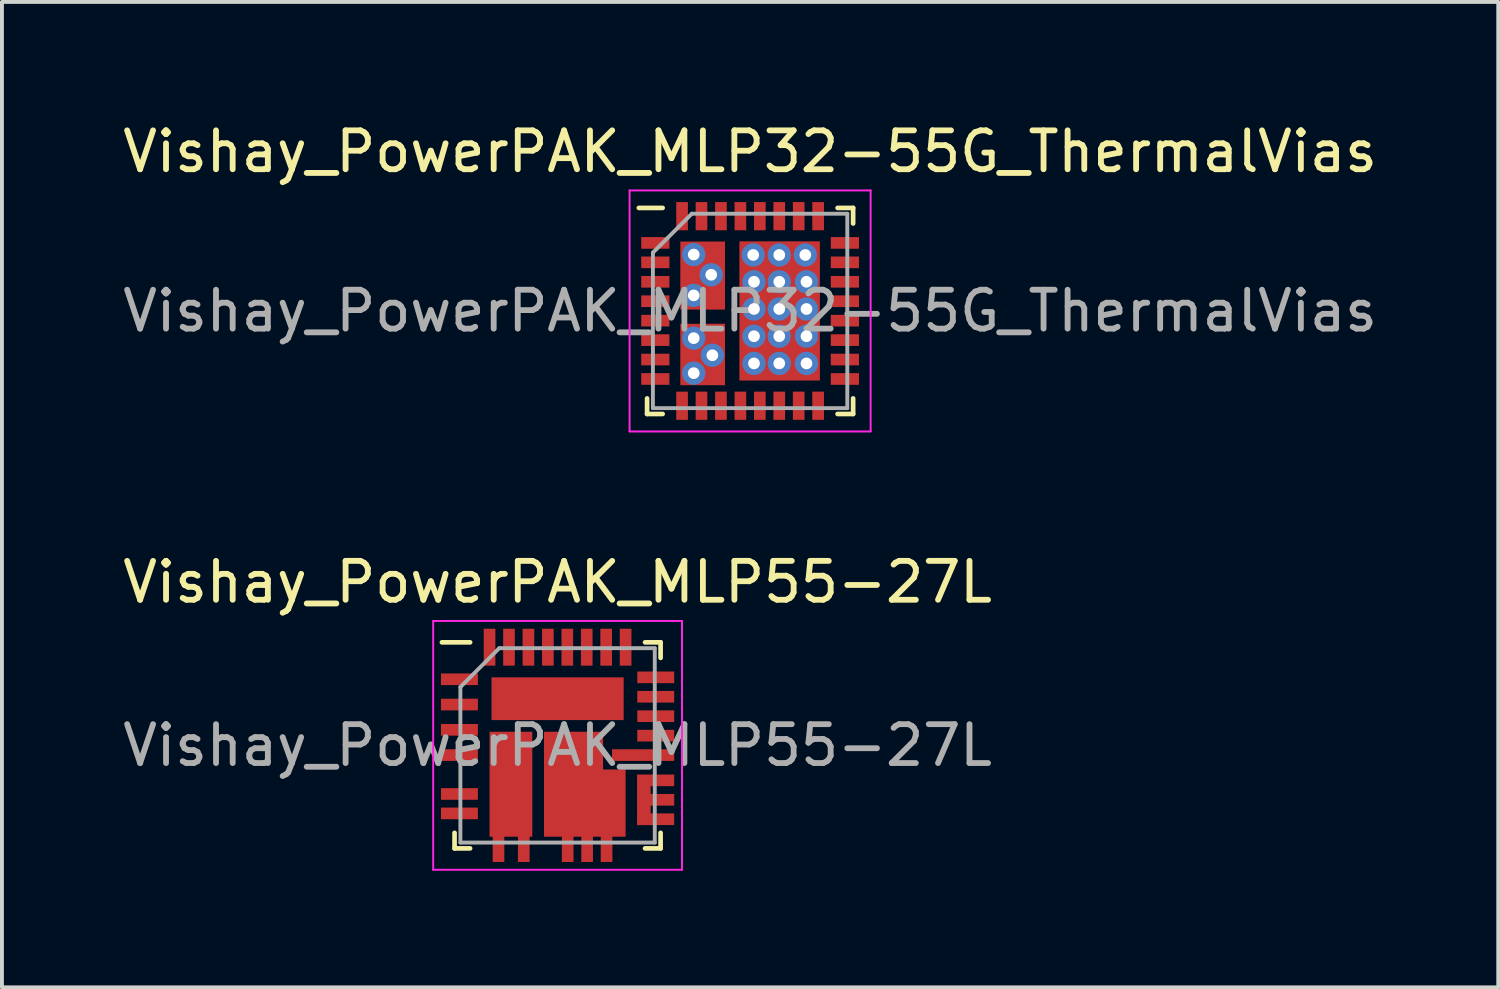
<source format=kicad_pcb>
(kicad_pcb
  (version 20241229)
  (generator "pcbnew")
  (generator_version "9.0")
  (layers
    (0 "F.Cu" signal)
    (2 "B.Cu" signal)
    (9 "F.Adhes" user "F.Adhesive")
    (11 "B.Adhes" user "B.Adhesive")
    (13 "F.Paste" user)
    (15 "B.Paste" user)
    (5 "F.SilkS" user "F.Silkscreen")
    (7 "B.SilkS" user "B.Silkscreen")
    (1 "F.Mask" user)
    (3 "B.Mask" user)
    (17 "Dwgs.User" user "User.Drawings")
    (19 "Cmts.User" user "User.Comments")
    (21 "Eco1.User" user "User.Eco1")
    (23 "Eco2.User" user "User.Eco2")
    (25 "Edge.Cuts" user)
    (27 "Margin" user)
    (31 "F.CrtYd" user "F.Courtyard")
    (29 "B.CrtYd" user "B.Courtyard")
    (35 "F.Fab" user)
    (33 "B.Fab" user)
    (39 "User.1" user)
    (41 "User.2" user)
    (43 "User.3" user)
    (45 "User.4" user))
  (footprint "Vishay_PowerPAK_MLP55-27L"
    (layer "F.Cu")
    (at 11.292 16.122)
    (property "Reference" "Vishay_PowerPAK_MLP55-27L" (at 0 -4.2 0) (layer "F.SilkS") (effects (font (size 1 1) (thickness 0.15))))
    (attr smd)
    (fp_line (start -2.65 2.65) (end -2.65 2.25) (stroke (width 0.12) (type solid)) (layer "F.SilkS"))
    (fp_line (start -2.25 -2.65) (end -2.975 -2.65) (stroke (width 0.12) (type solid)) (layer "F.SilkS"))
    (fp_line (start -2.25 2.65) (end -2.65 2.65) (stroke (width 0.12) (type solid)) (layer "F.SilkS"))
    (fp_line (start 2.25 -2.65) (end 2.65 -2.65) (stroke (width 0.12) (type solid)) (layer "F.SilkS"))
    (fp_line (start 2.25 2.65) (end 2.65 2.65) (stroke (width 0.12) (type solid)) (layer "F.SilkS"))
    (fp_line (start 2.65 -2.65) (end 2.65 -2.25) (stroke (width 0.12) (type solid)) (layer "F.SilkS"))
    (fp_line (start 2.65 2.65) (end 2.65 2.25) (stroke (width 0.12) (type solid)) (layer "F.SilkS"))
    (fp_line (start -3.2 -3.2) (end 3.2 -3.2) (stroke (width 0.05) (type solid)) (layer "F.CrtYd"))
    (fp_line (start -3.2 3.2) (end -3.2 -3.2) (stroke (width 0.05) (type solid)) (layer "F.CrtYd"))
    (fp_line (start 3.2 -3.2) (end 3.2 3.2) (stroke (width 0.05) (type solid)) (layer "F.CrtYd"))
    (fp_line (start 3.2 3.2) (end -3.2 3.2) (stroke (width 0.05) (type solid)) (layer "F.CrtYd"))
    (fp_line (start -2.5 -1.5) (end -2.5 2.5) (stroke (width 0.1) (type solid)) (layer "F.Fab"))
    (fp_line (start -2.5 2.5) (end 2.5 2.5) (stroke (width 0.1) (type solid)) (layer "F.Fab"))
    (fp_line (start -1.5 -2.5) (end -2.5 -1.5) (stroke (width 0.1) (type solid)) (layer "F.Fab"))
    (fp_line (start 2.5 -2.5) (end -1.5 -2.5) (stroke (width 0.1) (type solid)) (layer "F.Fab"))
    (fp_line (start 2.5 2.5) (end 2.5 -2.5) (stroke (width 0.1) (type solid)) (layer "F.Fab"))
    (fp_text user "${REFERENCE}" (at 0 0 0) (layer "F.Fab") (effects (font (size 1 1) (thickness 0.15))))
    (pad "1" smd rect (at -2.525 -1.7 90) (size 0.3 0.95) (layers "F.Cu" "F.Mask" "F.Paste"))
    (pad "2" smd rect (at -2.525 -1.05 90) (size 0.3 0.95) (layers "F.Cu" "F.Mask" "F.Paste"))
    (pad "3" smd rect (at -2.525 -0.4 90) (size 0.3 0.95) (layers "F.Cu" "F.Mask" "F.Paste"))
    (pad "4" smd rect (at -2.525 0.25 90) (size 0.3 0.95) (layers "F.Cu" "F.Mask" "F.Paste"))
    (pad "5" smd rect (at -2.525 1.25 90) (size 0.3 0.95) (layers "F.Cu" "F.Mask" "F.Paste"))
    (pad "6" smd rect (at -2.525 1.75 90) (size 0.3 0.95) (layers "F.Cu" "F.Mask" "F.Paste"))
    (pad "7" smd rect (at -1.52 2.525) (size 0.3 0.95) (layers "F.Cu" "F.Mask" "F.Paste"))
    (pad "8" smd rect (at -0.87 2.525) (size 0.3 0.95) (layers "F.Cu" "F.Mask" "F.Paste"))
    (pad "9" smd rect (at 0.26 2.525) (size 0.3 0.95) (layers "F.Cu" "F.Mask" "F.Paste"))
    (pad "10" smd rect (at 0.76 2.525) (size 0.3 0.95) (layers "F.Cu" "F.Mask" "F.Paste"))
    (pad "11" smd rect (at 1.26 2.525) (size 0.3 0.95) (layers "F.Cu" "F.Mask" "F.Paste"))
    (pad "12" smd rect (at 2.525 1.9 90) (size 0.3 0.95) (layers "F.Cu" "F.Mask" "F.Paste"))
    (pad "13" smd rect (at 2.525 1.4 90) (size 0.3 0.95) (layers "F.Cu" "F.Mask" "F.Paste"))
    (pad "14" smd custom (at 2.525 0.9 90) (size 0.3 0.95) (layers "F.Cu" "F.Mask" "F.Paste") (options (anchor rect)) (primitives (gr_poly (pts (xy 0.15 -0.48) (xy 0.15 -0.13) (xy -1.15 -0.13) (xy -1.15 -0.48)) (width 0) (fill yes))))
    (pad "15" smd rect (at 2.2 0.25 90) (size 0.3 1.6) (layers "F.Cu" "F.Mask" "F.Paste"))
    (pad "16" smd rect (at 2.525 -0.25 90) (size 0.3 0.95) (layers "F.Cu" "F.Mask" "F.Paste"))
    (pad "17" smd rect (at 2.525 -0.75 90) (size 0.3 0.95) (layers "F.Cu" "F.Mask" "F.Paste"))
    (pad "18" smd rect (at 2.525 -1.25 90) (size 0.3 0.95) (layers "F.Cu" "F.Mask" "F.Paste"))
    (pad "19" smd rect (at 2.525 -1.75 90) (size 0.3 0.95) (layers "F.Cu" "F.Mask" "F.Paste"))
    (pad "20" smd rect (at 1.75 -2.525) (size 0.3 0.95) (layers "F.Cu" "F.Mask" "F.Paste"))
    (pad "21" smd rect (at 1.25 -2.525) (size 0.3 0.95) (layers "F.Cu" "F.Mask" "F.Paste"))
    (pad "22" smd rect (at 0.75 -2.525) (size 0.3 0.95) (layers "F.Cu" "F.Mask" "F.Paste"))
    (pad "23" smd rect (at 0.25 -2.525) (size 0.3 0.95) (layers "F.Cu" "F.Mask" "F.Paste"))
    (pad "24" smd rect (at -0.25 -2.525) (size 0.3 0.95) (layers "F.Cu" "F.Mask" "F.Paste"))
    (pad "25" smd rect (at -0.75 -2.525) (size 0.3 0.95) (layers "F.Cu" "F.Mask" "F.Paste"))
    (pad "26" smd rect (at -1.25 -2.525) (size 0.3 0.95) (layers "F.Cu" "F.Mask" "F.Paste"))
    (pad "27" smd rect (at -1.75 -2.525) (size 0.3 0.95) (layers "F.Cu" "F.Mask" "F.Paste"))
    (pad "28" smd rect (at 0 -1.2 180) (size 3.4 1.1) (layers "F.Cu" "F.Mask" "F.Paste"))
    (pad "29" smd rect (at -1.2 1 180) (size 1.1 2.7) (layers "F.Cu" "F.Mask" "F.Paste"))
    (pad "30" smd custom (at -0.05 -0.05) (size 0.6 0.6) (layers "F.Cu" "F.Mask" "F.Paste") (options (anchor rect)) (primitives (gr_poly (pts (xy -0.3 -0.3) (xy 1.22 -0.3) (xy 1.22 0.67) (xy 1.8 0.67) (xy 1.8 2.4) (xy -0.3 2.4)) (width 0) (fill yes)))))
  (footprint "Vishay_PowerPAK_MLP32-55G_ThermalVias"
    (layer "F.Cu")
    (at 16.244 4.948)
    (property "Reference" "Vishay_PowerPAK_MLP32-55G_ThermalVias" (at 0 -4.1 0) (layer "F.SilkS") (effects (font (size 1 1) (thickness 0.15))))
    (attr smd)
    (fp_line (start -2.65 2.65) (end -2.65 2.25) (stroke (width 0.12) (type solid)) (layer "F.SilkS"))
    (fp_line (start -2.25 -2.65) (end -2.862 -2.65) (stroke (width 0.12) (type solid)) (layer "F.SilkS"))
    (fp_line (start -2.25 2.65) (end -2.65 2.65) (stroke (width 0.12) (type solid)) (layer "F.SilkS"))
    (fp_line (start 2.25 -2.65) (end 2.65 -2.65) (stroke (width 0.12) (type solid)) (layer "F.SilkS"))
    (fp_line (start 2.25 2.65) (end 2.65 2.65) (stroke (width 0.12) (type solid)) (layer "F.SilkS"))
    (fp_line (start 2.65 -2.65) (end 2.65 -2.25) (stroke (width 0.12) (type solid)) (layer "F.SilkS"))
    (fp_line (start 2.65 2.65) (end 2.65 2.25) (stroke (width 0.12) (type solid)) (layer "F.SilkS"))
    (fp_line (start -3.1 -3.1) (end 3.1 -3.1) (stroke (width 0.05) (type solid)) (layer "F.CrtYd"))
    (fp_line (start -3.1 3.1) (end -3.1 -3.1) (stroke (width 0.05) (type solid)) (layer "F.CrtYd"))
    (fp_line (start 3.1 -3.1) (end 3.1 3.1) (stroke (width 0.05) (type solid)) (layer "F.CrtYd"))
    (fp_line (start 3.1 3.1) (end -3.1 3.1) (stroke (width 0.05) (type solid)) (layer "F.CrtYd"))
    (fp_line (start -2.5 -1.5) (end -2.5 2.5) (stroke (width 0.1) (type solid)) (layer "F.Fab"))
    (fp_line (start -2.5 2.5) (end 2.5 2.5) (stroke (width 0.1) (type solid)) (layer "F.Fab"))
    (fp_line (start -1.5 -2.5) (end -2.5 -1.5) (stroke (width 0.1) (type solid)) (layer "F.Fab"))
    (fp_line (start 2.5 -2.5) (end -1.5 -2.5) (stroke (width 0.1) (type solid)) (layer "F.Fab"))
    (fp_line (start 2.5 2.5) (end 2.5 -2.5) (stroke (width 0.1) (type solid)) (layer "F.Fab"))
    (fp_text user "${REFERENCE}" (at 0 0 0) (layer "F.Fab") (effects (font (size 1 1) (thickness 0.15))))
    (pad "1" smd rect (at -2.438 -1.75 90) (size 0.3 0.725) (layers "F.Cu" "F.Mask" "F.Paste"))
    (pad "2" smd rect (at -2.438 -1.25 90) (size 0.3 0.725) (layers "F.Cu" "F.Mask" "F.Paste"))
    (pad "3" smd rect (at -2.438 -0.75 90) (size 0.3 0.725) (layers "F.Cu" "F.Mask" "F.Paste"))
    (pad "4" smd rect (at -2.438 -0.25 90) (size 0.3 0.725) (layers "F.Cu" "F.Mask" "F.Paste"))
    (pad "5" smd rect (at -2.438 0.25 90) (size 0.3 0.725) (layers "F.Cu" "F.Mask" "F.Paste"))
    (pad "6" smd rect (at -2.438 0.75 90) (size 0.3 0.725) (layers "F.Cu" "F.Mask" "F.Paste"))
    (pad "7" smd rect (at -2.438 1.25 90) (size 0.3 0.725) (layers "F.Cu" "F.Mask" "F.Paste"))
    (pad "8" smd rect (at -2.438 1.75 90) (size 0.3 0.725) (layers "F.Cu" "F.Mask" "F.Paste"))
    (pad "9" smd rect (at -1.75 2.438) (size 0.3 0.725) (layers "F.Cu" "F.Mask" "F.Paste"))
    (pad "9" thru_hole circle (at -1.45 0.7) (size 0.6 0.6) (drill 0.3) (layers "*.Cu" "*.Mask"))
    (pad "9" thru_hole circle (at -1.45 1.6) (size 0.6 0.6) (drill 0.3) (layers "*.Cu" "*.Mask"))
    (pad "9" smd rect (at -1.22 1.12) (size 1.15 1.58) (layers "F.Cu" "F.Mask" "F.Paste"))
    (pad "9" thru_hole circle (at -0.97 1.14) (size 0.6 0.6) (drill 0.3) (layers "*.Cu" "*.Mask"))
    (pad "10" smd rect (at -1.25 2.438) (size 0.3 0.725) (layers "F.Cu" "F.Mask" "F.Paste"))
    (pad "11" smd rect (at -0.75 2.438) (size 0.3 0.725) (layers "F.Cu" "F.Mask" "F.Paste"))
    (pad "12" smd rect (at -0.25 2.438) (size 0.3 0.725) (layers "F.Cu" "F.Mask" "F.Paste"))
    (pad "13" smd rect (at 0.25 2.438) (size 0.3 0.725) (layers "F.Cu" "F.Mask" "F.Paste"))
    (pad "14" smd rect (at 0.75 2.438) (size 0.3 0.725) (layers "F.Cu" "F.Mask" "F.Paste"))
    (pad "15" smd rect (at 1.25 2.438) (size 0.3 0.725) (layers "F.Cu" "F.Mask" "F.Paste"))
    (pad "16" smd rect (at 1.75 2.438) (size 0.3 0.725) (layers "F.Cu" "F.Mask" "F.Paste"))
    (pad "17" smd rect (at 2.438 1.75 90) (size 0.3 0.725) (layers "F.Cu" "F.Mask" "F.Paste"))
    (pad "18" smd rect (at 2.438 1.25 90) (size 0.3 0.725) (layers "F.Cu" "F.Mask" "F.Paste"))
    (pad "19" smd rect (at 2.438 0.75 90) (size 0.3 0.725) (layers "F.Cu" "F.Mask" "F.Paste"))
    (pad "20" smd rect (at 2.438 0.25 90) (size 0.3 0.725) (layers "F.Cu" "F.Mask" "F.Paste"))
    (pad "21" smd rect (at 2.438 -0.25 90) (size 0.3 0.725) (layers "F.Cu" "F.Mask" "F.Paste"))
    (pad "22" smd rect (at 2.438 -0.75 90) (size 0.3 0.725) (layers "F.Cu" "F.Mask" "F.Paste"))
    (pad "23" smd rect (at 2.438 -1.25 90) (size 0.3 0.725) (layers "F.Cu" "F.Mask" "F.Paste"))
    (pad "24" smd rect (at 2.438 -1.75 90) (size 0.3 0.725) (layers "F.Cu" "F.Mask" "F.Paste"))
    (pad "25" thru_hole circle (at 0.08 -1.44) (size 0.6 0.6) (drill 0.3) (layers "*.Cu" "*.Mask"))
    (pad "25" thru_hole circle (at 0.1 -0.75) (size 0.6 0.6) (drill 0.3) (layers "*.Cu" "*.Mask"))
    (pad "25" thru_hole circle (at 0.1 -0.05) (size 0.6 0.6) (drill 0.3) (layers "*.Cu" "*.Mask"))
    (pad "25" thru_hole circle (at 0.1 0.65) (size 0.6 0.6) (drill 0.3) (layers "*.Cu" "*.Mask"))
    (pad "25" thru_hole circle (at 0.1 1.35) (size 0.6 0.6) (drill 0.3) (layers "*.Cu" "*.Mask"))
    (pad "25" thru_hole circle (at 0.75 -1.44) (size 0.6 0.6) (drill 0.3) (layers "*.Cu" "*.Mask"))
    (pad "25" thru_hole circle (at 0.75 -0.75) (size 0.6 0.6) (drill 0.3) (layers "*.Cu" "*.Mask"))
    (pad "25" thru_hole circle (at 0.75 -0.05) (size 0.6 0.6) (drill 0.3) (layers "*.Cu" "*.Mask"))
    (pad "25" thru_hole circle (at 0.75 0.65) (size 0.6 0.6) (drill 0.3) (layers "*.Cu" "*.Mask"))
    (pad "25" thru_hole circle (at 0.75 1.35) (size 0.6 0.6) (drill 0.3) (layers "*.Cu" "*.Mask"))
    (pad "25" smd rect (at 0.76 0) (size 2.07 3.58) (layers "F.Cu" "F.Mask" "F.Paste"))
    (pad "25" thru_hole circle (at 1.42 -1.44) (size 0.6 0.6) (drill 0.3) (layers "*.Cu" "*.Mask"))
    (pad "25" thru_hole circle (at 1.45 -0.75) (size 0.6 0.6) (drill 0.3) (layers "*.Cu" "*.Mask"))
    (pad "25" thru_hole circle (at 1.45 -0.05) (size 0.6 0.6) (drill 0.3) (layers "*.Cu" "*.Mask"))
    (pad "25" thru_hole circle (at 1.45 0.65) (size 0.6 0.6) (drill 0.3) (layers "*.Cu" "*.Mask"))
    (pad "25" thru_hole circle (at 1.45 1.35) (size 0.6 0.6) (drill 0.3) (layers "*.Cu" "*.Mask"))
    (pad "25" smd rect (at 1.75 -2.438) (size 0.3 0.725) (layers "F.Cu" "F.Mask" "F.Paste"))
    (pad "26" smd rect (at 1.25 -2.438) (size 0.3 0.725) (layers "F.Cu" "F.Mask" "F.Paste"))
    (pad "27" smd rect (at 0.75 -2.438) (size 0.3 0.725) (layers "F.Cu" "F.Mask" "F.Paste"))
    (pad "28" smd rect (at 0.25 -2.438) (size 0.3 0.725) (layers "F.Cu" "F.Mask" "F.Paste"))
    (pad "29" smd rect (at -0.25 -2.438) (size 0.3 0.725) (layers "F.Cu" "F.Mask" "F.Paste"))
    (pad "30" thru_hole circle (at -1.45 -1.45) (size 0.6 0.6) (drill 0.3) (layers "*.Cu" "*.Mask"))
    (pad "30" thru_hole circle (at -1.45 -0.4) (size 0.6 0.6) (drill 0.3) (layers "*.Cu" "*.Mask"))
    (pad "30" smd rect (at -1.22 -0.91) (size 1.15 1.75) (layers "F.Cu" "F.Mask" "F.Paste"))
    (pad "30" thru_hole circle (at -1 -0.93) (size 0.6 0.6) (drill 0.3) (layers "*.Cu" "*.Mask"))
    (pad "30" smd rect (at -0.75 -2.438) (size 0.3 0.725) (layers "F.Cu" "F.Mask" "F.Paste"))
    (pad "31" smd rect (at -1.25 -2.438) (size 0.3 0.725) (layers "F.Cu" "F.Mask" "F.Paste"))
    (pad "32" smd rect (at -1.75 -2.438) (size 0.3 0.725) (layers "F.Cu" "F.Mask" "F.Paste")))
  (gr_rect
    (start -3 -3)
    (end 35.488 22.346)
    (stroke (width 0.1) (type default))
    (fill no)
    (layer "Edge.Cuts")))
</source>
